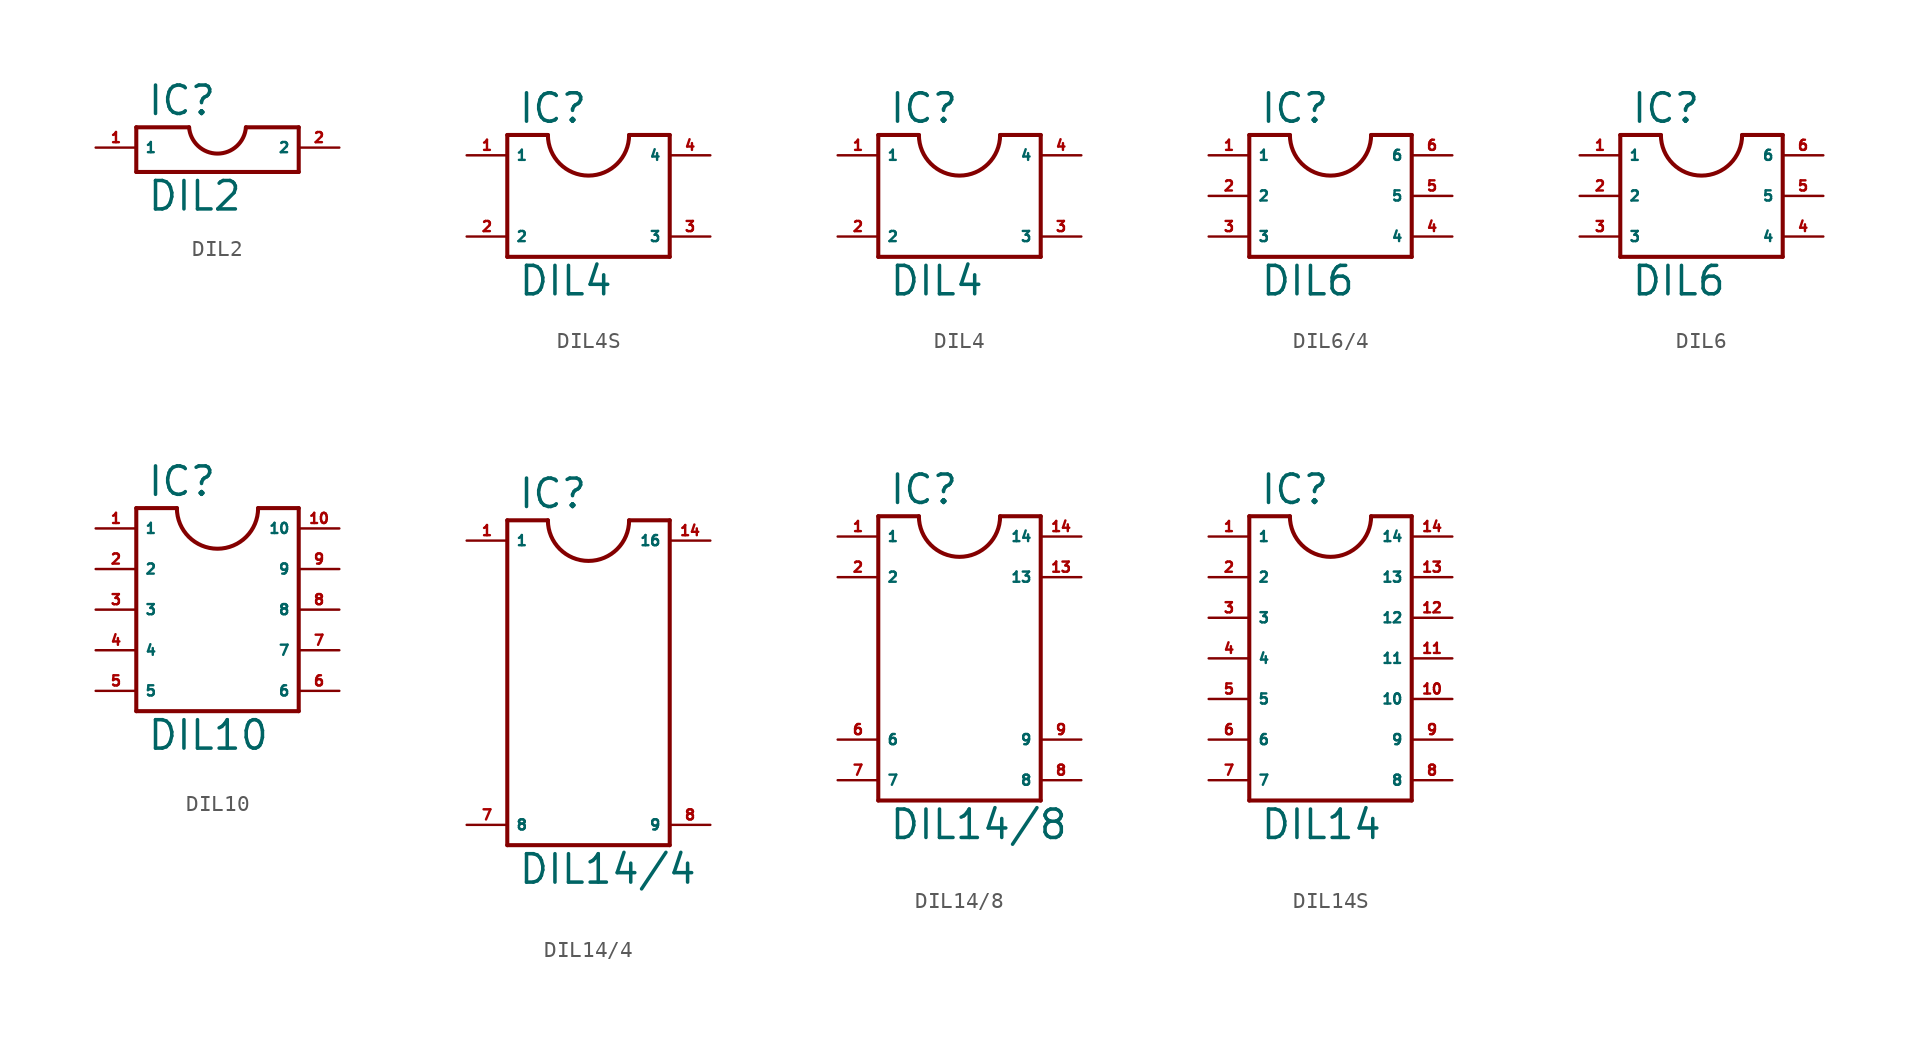
<source format=kicad_sym>
(kicad_symbol_lib
  (version 20220914)
  (generator Eagle2Kicad)
  (symbol "DIL2"
    (property "Reference" "IC"
      (at -4.445 1.905 0)
      (effects (font (size 1.778 1.778) (thickness 0.22)) (justify left bottom)))
    (property "Value" "DIL2"
      (at -4.445 -4.064 0)
      (effects (font (size 1.778 1.778) (thickness 0.22)) (justify left bottom)))
    (polyline
      (pts (xy -5.08 1.27) (xy -5.08 -1.524))
      (stroke (width 0.254) (type default))
      (fill (type none)))
    (polyline
      (pts (xy -5.08 -1.524) (xy 5.08 -1.524))
      (stroke (width 0.254) (type default))
      (fill (type none)))
    (polyline
      (pts (xy 5.08 -1.524) (xy 5.08 1.27))
      (stroke (width 0.254) (type default))
      (fill (type none)))
    (polyline
      (pts (xy 5.08 1.27) (xy 1.778 1.27))
      (stroke (width 0.254) (type default))
      (fill (type none)))
    (polyline
      (pts (xy -5.08 1.27) (xy -1.778 1.27))
      (stroke (width 0.254) (type default))
      (fill (type none)))
    (arc
      (start -1.778 1.27)
      (mid 0.000 -0.376)
      (end 1.778 1.27)
      (stroke (width 0.254) (type default))
      (fill (type none)))
    (pin passive line
      (at -7.62 0 0)
      (length 2.54)
      (name "1" (effects (font (size 0.635 0.635) (thickness 0.08)) (justify left bottom)))
      (number "1" (effects (font (size 0.635 0.635) (thickness 0.08)) (justify left bottom))))
    (pin passive line
      (at 7.62 0 180)
      (length 2.54)
      (name "2" (effects (font (size 0.635 0.635) (thickness 0.08)) (justify left bottom)))
      (number "2" (effects (font (size 0.635 0.635) (thickness 0.08)) (justify left bottom)))))
  (symbol "DIL4S"
    (property "Reference" "IC"
      (at -4.445 4.445 0)
      (effects (font (size 1.778 1.778) (thickness 0.22)) (justify left bottom)))
    (property "Value" "DIL4"
      (at -4.445 -6.35 0)
      (effects (font (size 1.778 1.778) (thickness 0.22)) (justify left bottom)))
    (polyline
      (pts (xy -5.08 3.81) (xy -5.08 -3.81))
      (stroke (width 0.254) (type default))
      (fill (type none)))
    (polyline
      (pts (xy -5.08 -3.81) (xy 5.08 -3.81))
      (stroke (width 0.254) (type default))
      (fill (type none)))
    (polyline
      (pts (xy 5.08 -3.81) (xy 5.08 3.81))
      (stroke (width 0.254) (type default))
      (fill (type none)))
    (polyline
      (pts (xy 5.08 3.81) (xy 2.54 3.81))
      (stroke (width 0.254) (type default))
      (fill (type none)))
    (polyline
      (pts (xy -5.08 3.81) (xy -2.54 3.81))
      (stroke (width 0.254) (type default))
      (fill (type none)))
    (arc
      (start -2.54 3.81)
      (mid 0.000 1.270)
      (end 2.54 3.81)
      (stroke (width 0.254) (type default))
      (fill (type none)))
    (pin passive line
      (at -7.62 2.54 0)
      (length 2.54)
      (name "1" (effects (font (size 0.635 0.635) (thickness 0.08)) (justify left bottom)))
      (number "1" (effects (font (size 0.635 0.635) (thickness 0.08)) (justify left bottom))))
    (pin passive line
      (at -7.62 -2.54 0)
      (length 2.54)
      (name "2" (effects (font (size 0.635 0.635) (thickness 0.08)) (justify left bottom)))
      (number "2" (effects (font (size 0.635 0.635) (thickness 0.08)) (justify left bottom))))
    (pin passive line
      (at 7.62 -2.54 180)
      (length 2.54)
      (name "3" (effects (font (size 0.635 0.635) (thickness 0.08)) (justify left bottom)))
      (number "3" (effects (font (size 0.635 0.635) (thickness 0.08)) (justify left bottom))))
    (pin passive line
      (at 7.62 2.54 180)
      (length 2.54)
      (name "4" (effects (font (size 0.635 0.635) (thickness 0.08)) (justify left bottom)))
      (number "4" (effects (font (size 0.635 0.635) (thickness 0.08)) (justify left bottom)))))
  (symbol "DIL4"
    (property "Reference" "IC"
      (at -4.445 4.445 0)
      (effects (font (size 1.778 1.778) (thickness 0.22)) (justify left bottom)))
    (property "Value" "DIL4"
      (at -4.445 -6.35 0)
      (effects (font (size 1.778 1.778) (thickness 0.22)) (justify left bottom)))
    (polyline
      (pts (xy -5.08 3.81) (xy -5.08 -3.81))
      (stroke (width 0.254) (type default))
      (fill (type none)))
    (polyline
      (pts (xy -5.08 -3.81) (xy 5.08 -3.81))
      (stroke (width 0.254) (type default))
      (fill (type none)))
    (polyline
      (pts (xy 5.08 -3.81) (xy 5.08 3.81))
      (stroke (width 0.254) (type default))
      (fill (type none)))
    (polyline
      (pts (xy 5.08 3.81) (xy 2.54 3.81))
      (stroke (width 0.254) (type default))
      (fill (type none)))
    (polyline
      (pts (xy -5.08 3.81) (xy -2.54 3.81))
      (stroke (width 0.254) (type default))
      (fill (type none)))
    (arc
      (start -2.54 3.81)
      (mid 0.000 1.270)
      (end 2.54 3.81)
      (stroke (width 0.254) (type default))
      (fill (type none)))
    (pin passive line
      (at -7.62 2.54 0)
      (length 2.54)
      (name "1" (effects (font (size 0.635 0.635) (thickness 0.08)) (justify left bottom)))
      (number "1" (effects (font (size 0.635 0.635) (thickness 0.08)) (justify left bottom))))
    (pin passive line
      (at -7.62 -2.54 0)
      (length 2.54)
      (name "2" (effects (font (size 0.635 0.635) (thickness 0.08)) (justify left bottom)))
      (number "2" (effects (font (size 0.635 0.635) (thickness 0.08)) (justify left bottom))))
    (pin passive line
      (at 7.62 -2.54 180)
      (length 2.54)
      (name "3" (effects (font (size 0.635 0.635) (thickness 0.08)) (justify left bottom)))
      (number "3" (effects (font (size 0.635 0.635) (thickness 0.08)) (justify left bottom))))
    (pin passive line
      (at 7.62 2.54 180)
      (length 2.54)
      (name "4" (effects (font (size 0.635 0.635) (thickness 0.08)) (justify left bottom)))
      (number "4" (effects (font (size 0.635 0.635) (thickness 0.08)) (justify left bottom)))))
  (symbol "DIL6/4"
    (property "Reference" "IC"
      (at -4.445 4.445 0)
      (effects (font (size 1.778 1.778) (thickness 0.22)) (justify left bottom)))
    (property "Value" "DIL6"
      (at -4.445 -6.35 0)
      (effects (font (size 1.778 1.778) (thickness 0.22)) (justify left bottom)))
    (polyline
      (pts (xy -5.08 3.81) (xy -5.08 -3.81))
      (stroke (width 0.254) (type default))
      (fill (type none)))
    (polyline
      (pts (xy -5.08 -3.81) (xy 5.08 -3.81))
      (stroke (width 0.254) (type default))
      (fill (type none)))
    (polyline
      (pts (xy 5.08 -3.81) (xy 5.08 3.81))
      (stroke (width 0.254) (type default))
      (fill (type none)))
    (polyline
      (pts (xy 5.08 3.81) (xy 2.54 3.81))
      (stroke (width 0.254) (type default))
      (fill (type none)))
    (polyline
      (pts (xy -5.08 3.81) (xy -2.54 3.81))
      (stroke (width 0.254) (type default))
      (fill (type none)))
    (arc
      (start -2.54 3.81)
      (mid 0.000 1.270)
      (end 2.54 3.81)
      (stroke (width 0.254) (type default))
      (fill (type none)))
    (pin passive line
      (at -7.62 2.54 0)
      (length 2.54)
      (name "1" (effects (font (size 0.635 0.635) (thickness 0.08)) (justify left bottom)))
      (number "1" (effects (font (size 0.635 0.635) (thickness 0.08)) (justify left bottom))))
    (pin passive line
      (at -7.62 0 0)
      (length 2.54)
      (name "2" (effects (font (size 0.635 0.635) (thickness 0.08)) (justify left bottom)))
      (number "2" (effects (font (size 0.635 0.635) (thickness 0.08)) (justify left bottom))))
    (pin passive line
      (at -7.62 -2.54 0)
      (length 2.54)
      (name "3" (effects (font (size 0.635 0.635) (thickness 0.08)) (justify left bottom)))
      (number "3" (effects (font (size 0.635 0.635) (thickness 0.08)) (justify left bottom))))
    (pin passive line
      (at 7.62 -2.54 180)
      (length 2.54)
      (name "4" (effects (font (size 0.635 0.635) (thickness 0.08)) (justify left bottom)))
      (number "4" (effects (font (size 0.635 0.635) (thickness 0.08)) (justify left bottom))))
    (pin passive line
      (at 7.62 0 180)
      (length 2.54)
      (name "5" (effects (font (size 0.635 0.635) (thickness 0.08)) (justify left bottom)))
      (number "5" (effects (font (size 0.635 0.635) (thickness 0.08)) (justify left bottom))))
    (pin passive line
      (at 7.62 2.54 180)
      (length 2.54)
      (name "6" (effects (font (size 0.635 0.635) (thickness 0.08)) (justify left bottom)))
      (number "6" (effects (font (size 0.635 0.635) (thickness 0.08)) (justify left bottom)))))
  (symbol "DIL6"
    (property "Reference" "IC"
      (at -4.445 4.445 0)
      (effects (font (size 1.778 1.778) (thickness 0.22)) (justify left bottom)))
    (property "Value" "DIL6"
      (at -4.445 -6.35 0)
      (effects (font (size 1.778 1.778) (thickness 0.22)) (justify left bottom)))
    (polyline
      (pts (xy -5.08 3.81) (xy -5.08 -3.81))
      (stroke (width 0.254) (type default))
      (fill (type none)))
    (polyline
      (pts (xy -5.08 -3.81) (xy 5.08 -3.81))
      (stroke (width 0.254) (type default))
      (fill (type none)))
    (polyline
      (pts (xy 5.08 -3.81) (xy 5.08 3.81))
      (stroke (width 0.254) (type default))
      (fill (type none)))
    (polyline
      (pts (xy 5.08 3.81) (xy 2.54 3.81))
      (stroke (width 0.254) (type default))
      (fill (type none)))
    (polyline
      (pts (xy -5.08 3.81) (xy -2.54 3.81))
      (stroke (width 0.254) (type default))
      (fill (type none)))
    (arc
      (start -2.54 3.81)
      (mid 0.000 1.270)
      (end 2.54 3.81)
      (stroke (width 0.254) (type default))
      (fill (type none)))
    (pin passive line
      (at -7.62 2.54 0)
      (length 2.54)
      (name "1" (effects (font (size 0.635 0.635) (thickness 0.08)) (justify left bottom)))
      (number "1" (effects (font (size 0.635 0.635) (thickness 0.08)) (justify left bottom))))
    (pin passive line
      (at -7.62 0 0)
      (length 2.54)
      (name "2" (effects (font (size 0.635 0.635) (thickness 0.08)) (justify left bottom)))
      (number "2" (effects (font (size 0.635 0.635) (thickness 0.08)) (justify left bottom))))
    (pin passive line
      (at -7.62 -2.54 0)
      (length 2.54)
      (name "3" (effects (font (size 0.635 0.635) (thickness 0.08)) (justify left bottom)))
      (number "3" (effects (font (size 0.635 0.635) (thickness 0.08)) (justify left bottom))))
    (pin passive line
      (at 7.62 -2.54 180)
      (length 2.54)
      (name "4" (effects (font (size 0.635 0.635) (thickness 0.08)) (justify left bottom)))
      (number "4" (effects (font (size 0.635 0.635) (thickness 0.08)) (justify left bottom))))
    (pin passive line
      (at 7.62 0 180)
      (length 2.54)
      (name "5" (effects (font (size 0.635 0.635) (thickness 0.08)) (justify left bottom)))
      (number "5" (effects (font (size 0.635 0.635) (thickness 0.08)) (justify left bottom))))
    (pin passive line
      (at 7.62 2.54 180)
      (length 2.54)
      (name "6" (effects (font (size 0.635 0.635) (thickness 0.08)) (justify left bottom)))
      (number "6" (effects (font (size 0.635 0.635) (thickness 0.08)) (justify left bottom)))))
  (symbol "DIL10"
    (property "Reference" "IC"
      (at -4.445 4.445 0)
      (effects (font (size 1.778 1.778) (thickness 0.22)) (justify left bottom)))
    (property "Value" "DIL10"
      (at -4.445 -11.43 0)
      (effects (font (size 1.778 1.778) (thickness 0.22)) (justify left bottom)))
    (polyline
      (pts (xy -5.08 3.81) (xy -5.08 -8.89))
      (stroke (width 0.254) (type default))
      (fill (type none)))
    (polyline
      (pts (xy -5.08 -8.89) (xy 5.08 -8.89))
      (stroke (width 0.254) (type default))
      (fill (type none)))
    (polyline
      (pts (xy 5.08 -8.89) (xy 5.08 3.81))
      (stroke (width 0.254) (type default))
      (fill (type none)))
    (polyline
      (pts (xy 5.08 3.81) (xy 2.54 3.81))
      (stroke (width 0.254) (type default))
      (fill (type none)))
    (polyline
      (pts (xy -5.08 3.81) (xy -2.54 3.81))
      (stroke (width 0.254) (type default))
      (fill (type none)))
    (arc
      (start -2.54 3.81)
      (mid 0.000 1.270)
      (end 2.54 3.81)
      (stroke (width 0.254) (type default))
      (fill (type none)))
    (pin passive line
      (at -7.62 2.54 0)
      (length 2.54)
      (name "1" (effects (font (size 0.635 0.635) (thickness 0.08)) (justify left bottom)))
      (number "1" (effects (font (size 0.635 0.635) (thickness 0.08)) (justify left bottom))))
    (pin passive line
      (at -7.62 0 0)
      (length 2.54)
      (name "2" (effects (font (size 0.635 0.635) (thickness 0.08)) (justify left bottom)))
      (number "2" (effects (font (size 0.635 0.635) (thickness 0.08)) (justify left bottom))))
    (pin passive line
      (at -7.62 -2.54 0)
      (length 2.54)
      (name "3" (effects (font (size 0.635 0.635) (thickness 0.08)) (justify left bottom)))
      (number "3" (effects (font (size 0.635 0.635) (thickness 0.08)) (justify left bottom))))
    (pin passive line
      (at -7.62 -5.08 0)
      (length 2.54)
      (name "4" (effects (font (size 0.635 0.635) (thickness 0.08)) (justify left bottom)))
      (number "4" (effects (font (size 0.635 0.635) (thickness 0.08)) (justify left bottom))))
    (pin passive line
      (at -7.62 -7.62 0)
      (length 2.54)
      (name "5" (effects (font (size 0.635 0.635) (thickness 0.08)) (justify left bottom)))
      (number "5" (effects (font (size 0.635 0.635) (thickness 0.08)) (justify left bottom))))
    (pin passive line
      (at 7.62 -7.62 180)
      (length 2.54)
      (name "6" (effects (font (size 0.635 0.635) (thickness 0.08)) (justify left bottom)))
      (number "6" (effects (font (size 0.635 0.635) (thickness 0.08)) (justify left bottom))))
    (pin passive line
      (at 7.62 -5.08 180)
      (length 2.54)
      (name "7" (effects (font (size 0.635 0.635) (thickness 0.08)) (justify left bottom)))
      (number "7" (effects (font (size 0.635 0.635) (thickness 0.08)) (justify left bottom))))
    (pin passive line
      (at 7.62 -2.54 180)
      (length 2.54)
      (name "8" (effects (font (size 0.635 0.635) (thickness 0.08)) (justify left bottom)))
      (number "8" (effects (font (size 0.635 0.635) (thickness 0.08)) (justify left bottom))))
    (pin passive line
      (at 7.62 0 180)
      (length 2.54)
      (name "9" (effects (font (size 0.635 0.635) (thickness 0.08)) (justify left bottom)))
      (number "9" (effects (font (size 0.635 0.635) (thickness 0.08)) (justify left bottom))))
    (pin passive line
      (at 7.62 2.54 180)
      (length 2.54)
      (name "10" (effects (font (size 0.635 0.635) (thickness 0.08)) (justify left bottom)))
      (number "10" (effects (font (size 0.635 0.635) (thickness 0.08)) (justify left bottom)))))
  (symbol "DIL14/4"
    (property "Reference" "IC"
      (at -4.445 9.525 0)
      (effects (font (size 1.778 1.778) (thickness 0.22)) (justify left bottom)))
    (property "Value" "DIL14/4"
      (at -4.445 -13.97 0)
      (effects (font (size 1.778 1.778) (thickness 0.22)) (justify left bottom)))
    (polyline
      (pts (xy -5.08 8.89) (xy -5.08 -11.43))
      (stroke (width 0.254) (type default))
      (fill (type none)))
    (polyline
      (pts (xy -5.08 -11.43) (xy 5.08 -11.43))
      (stroke (width 0.254) (type default))
      (fill (type none)))
    (polyline
      (pts (xy 5.08 -11.43) (xy 5.08 8.89))
      (stroke (width 0.254) (type default))
      (fill (type none)))
    (polyline
      (pts (xy 5.08 8.89) (xy 2.54 8.89))
      (stroke (width 0.254) (type default))
      (fill (type none)))
    (polyline
      (pts (xy -5.08 8.89) (xy -2.54 8.89))
      (stroke (width 0.254) (type default))
      (fill (type none)))
    (arc
      (start -2.54 8.89)
      (mid 0.000 6.350)
      (end 2.54 8.89)
      (stroke (width 0.254) (type default))
      (fill (type none)))
    (pin passive line
      (at -7.62 7.62 0)
      (length 2.54)
      (name "1" (effects (font (size 0.635 0.635) (thickness 0.08)) (justify left bottom)))
      (number "1" (effects (font (size 0.635 0.635) (thickness 0.08)) (justify left bottom))))
    (pin passive line
      (at -7.62 -10.16 0)
      (length 2.54)
      (name "8" (effects (font (size 0.635 0.635) (thickness 0.08)) (justify left bottom)))
      (number "7" (effects (font (size 0.635 0.635) (thickness 0.08)) (justify left bottom))))
    (pin passive line
      (at 7.62 -10.16 180)
      (length 2.54)
      (name "9" (effects (font (size 0.635 0.635) (thickness 0.08)) (justify left bottom)))
      (number "8" (effects (font (size 0.635 0.635) (thickness 0.08)) (justify left bottom))))
    (pin passive line
      (at 7.62 7.62 180)
      (length 2.54)
      (name "16" (effects (font (size 0.635 0.635) (thickness 0.08)) (justify left bottom)))
      (number "14" (effects (font (size 0.635 0.635) (thickness 0.08)) (justify left bottom)))))
  (symbol "DIL14/8"
    (property "Reference" "IC"
      (at -4.445 9.525 0)
      (effects (font (size 1.778 1.778) (thickness 0.22)) (justify left bottom)))
    (property "Value" "DIL14/8"
      (at -4.445 -11.43 0)
      (effects (font (size 1.778 1.778) (thickness 0.22)) (justify left bottom)))
    (polyline
      (pts (xy -5.08 8.89) (xy -5.08 -8.89))
      (stroke (width 0.254) (type default))
      (fill (type none)))
    (polyline
      (pts (xy -5.08 -8.89) (xy 5.08 -8.89))
      (stroke (width 0.254) (type default))
      (fill (type none)))
    (polyline
      (pts (xy 5.08 -8.89) (xy 5.08 8.89))
      (stroke (width 0.254) (type default))
      (fill (type none)))
    (polyline
      (pts (xy 5.08 8.89) (xy 2.54 8.89))
      (stroke (width 0.254) (type default))
      (fill (type none)))
    (polyline
      (pts (xy -5.08 8.89) (xy -2.54 8.89))
      (stroke (width 0.254) (type default))
      (fill (type none)))
    (arc
      (start -2.54 8.89)
      (mid 0.000 6.350)
      (end 2.54 8.89)
      (stroke (width 0.254) (type default))
      (fill (type none)))
    (pin passive line
      (at -7.62 7.62 0)
      (length 2.54)
      (name "1" (effects (font (size 0.635 0.635) (thickness 0.08)) (justify left bottom)))
      (number "1" (effects (font (size 0.635 0.635) (thickness 0.08)) (justify left bottom))))
    (pin passive line
      (at -7.62 5.08 0)
      (length 2.54)
      (name "2" (effects (font (size 0.635 0.635) (thickness 0.08)) (justify left bottom)))
      (number "2" (effects (font (size 0.635 0.635) (thickness 0.08)) (justify left bottom))))
    (pin passive line
      (at -7.62 -5.08 0)
      (length 2.54)
      (name "6" (effects (font (size 0.635 0.635) (thickness 0.08)) (justify left bottom)))
      (number "6" (effects (font (size 0.635 0.635) (thickness 0.08)) (justify left bottom))))
    (pin passive line
      (at -7.62 -7.62 0)
      (length 2.54)
      (name "7" (effects (font (size 0.635 0.635) (thickness 0.08)) (justify left bottom)))
      (number "7" (effects (font (size 0.635 0.635) (thickness 0.08)) (justify left bottom))))
    (pin passive line
      (at 7.62 -7.62 180)
      (length 2.54)
      (name "8" (effects (font (size 0.635 0.635) (thickness 0.08)) (justify left bottom)))
      (number "8" (effects (font (size 0.635 0.635) (thickness 0.08)) (justify left bottom))))
    (pin passive line
      (at 7.62 -5.08 180)
      (length 2.54)
      (name "9" (effects (font (size 0.635 0.635) (thickness 0.08)) (justify left bottom)))
      (number "9" (effects (font (size 0.635 0.635) (thickness 0.08)) (justify left bottom))))
    (pin passive line
      (at 7.62 5.08 180)
      (length 2.54)
      (name "13" (effects (font (size 0.635 0.635) (thickness 0.08)) (justify left bottom)))
      (number "13" (effects (font (size 0.635 0.635) (thickness 0.08)) (justify left bottom))))
    (pin passive line
      (at 7.62 7.62 180)
      (length 2.54)
      (name "14" (effects (font (size 0.635 0.635) (thickness 0.08)) (justify left bottom)))
      (number "14" (effects (font (size 0.635 0.635) (thickness 0.08)) (justify left bottom)))))
  (symbol "DIL14S"
    (property "Reference" "IC"
      (at -4.445 9.525 0)
      (effects (font (size 1.778 1.778) (thickness 0.22)) (justify left bottom)))
    (property "Value" "DIL14"
      (at -4.445 -11.43 0)
      (effects (font (size 1.778 1.778) (thickness 0.22)) (justify left bottom)))
    (polyline
      (pts (xy -5.08 8.89) (xy -5.08 -8.89))
      (stroke (width 0.254) (type default))
      (fill (type none)))
    (polyline
      (pts (xy -5.08 -8.89) (xy 5.08 -8.89))
      (stroke (width 0.254) (type default))
      (fill (type none)))
    (polyline
      (pts (xy 5.08 -8.89) (xy 5.08 8.89))
      (stroke (width 0.254) (type default))
      (fill (type none)))
    (polyline
      (pts (xy 5.08 8.89) (xy 2.54 8.89))
      (stroke (width 0.254) (type default))
      (fill (type none)))
    (polyline
      (pts (xy -5.08 8.89) (xy -2.54 8.89))
      (stroke (width 0.254) (type default))
      (fill (type none)))
    (arc
      (start -2.54 8.89)
      (mid 0.000 6.350)
      (end 2.54 8.89)
      (stroke (width 0.254) (type default))
      (fill (type none)))
    (pin passive line
      (at -7.62 7.62 0)
      (length 2.54)
      (name "1" (effects (font (size 0.635 0.635) (thickness 0.08)) (justify left bottom)))
      (number "1" (effects (font (size 0.635 0.635) (thickness 0.08)) (justify left bottom))))
    (pin passive line
      (at -7.62 5.08 0)
      (length 2.54)
      (name "2" (effects (font (size 0.635 0.635) (thickness 0.08)) (justify left bottom)))
      (number "2" (effects (font (size 0.635 0.635) (thickness 0.08)) (justify left bottom))))
    (pin passive line
      (at -7.62 2.54 0)
      (length 2.54)
      (name "3" (effects (font (size 0.635 0.635) (thickness 0.08)) (justify left bottom)))
      (number "3" (effects (font (size 0.635 0.635) (thickness 0.08)) (justify left bottom))))
    (pin passive line
      (at -7.62 0 0)
      (length 2.54)
      (name "4" (effects (font (size 0.635 0.635) (thickness 0.08)) (justify left bottom)))
      (number "4" (effects (font (size 0.635 0.635) (thickness 0.08)) (justify left bottom))))
    (pin passive line
      (at -7.62 -2.54 0)
      (length 2.54)
      (name "5" (effects (font (size 0.635 0.635) (thickness 0.08)) (justify left bottom)))
      (number "5" (effects (font (size 0.635 0.635) (thickness 0.08)) (justify left bottom))))
    (pin passive line
      (at -7.62 -5.08 0)
      (length 2.54)
      (name "6" (effects (font (size 0.635 0.635) (thickness 0.08)) (justify left bottom)))
      (number "6" (effects (font (size 0.635 0.635) (thickness 0.08)) (justify left bottom))))
    (pin passive line
      (at -7.62 -7.62 0)
      (length 2.54)
      (name "7" (effects (font (size 0.635 0.635) (thickness 0.08)) (justify left bottom)))
      (number "7" (effects (font (size 0.635 0.635) (thickness 0.08)) (justify left bottom))))
    (pin passive line
      (at 7.62 -7.62 180)
      (length 2.54)
      (name "8" (effects (font (size 0.635 0.635) (thickness 0.08)) (justify left bottom)))
      (number "8" (effects (font (size 0.635 0.635) (thickness 0.08)) (justify left bottom))))
    (pin passive line
      (at 7.62 -5.08 180)
      (length 2.54)
      (name "9" (effects (font (size 0.635 0.635) (thickness 0.08)) (justify left bottom)))
      (number "9" (effects (font (size 0.635 0.635) (thickness 0.08)) (justify left bottom))))
    (pin passive line
      (at 7.62 -2.54 180)
      (length 2.54)
      (name "10" (effects (font (size 0.635 0.635) (thickness 0.08)) (justify left bottom)))
      (number "10" (effects (font (size 0.635 0.635) (thickness 0.08)) (justify left bottom))))
    (pin passive line
      (at 7.62 0 180)
      (length 2.54)
      (name "11" (effects (font (size 0.635 0.635) (thickness 0.08)) (justify left bottom)))
      (number "11" (effects (font (size 0.635 0.635) (thickness 0.08)) (justify left bottom))))
    (pin passive line
      (at 7.62 2.54 180)
      (length 2.54)
      (name "12" (effects (font (size 0.635 0.635) (thickness 0.08)) (justify left bottom)))
      (number "12" (effects (font (size 0.635 0.635) (thickness 0.08)) (justify left bottom))))
    (pin passive line
      (at 7.62 5.08 180)
      (length 2.54)
      (name "13" (effects (font (size 0.635 0.635) (thickness 0.08)) (justify left bottom)))
      (number "13" (effects (font (size 0.635 0.635) (thickness 0.08)) (justify left bottom))))
    (pin passive line
      (at 7.62 7.62 180)
      (length 2.54)
      (name "14" (effects (font (size 0.635 0.635) (thickness 0.08)) (justify left bottom)))
      (number "14" (effects (font (size 0.635 0.635) (thickness 0.08)) (justify left bottom))))))
</source>
